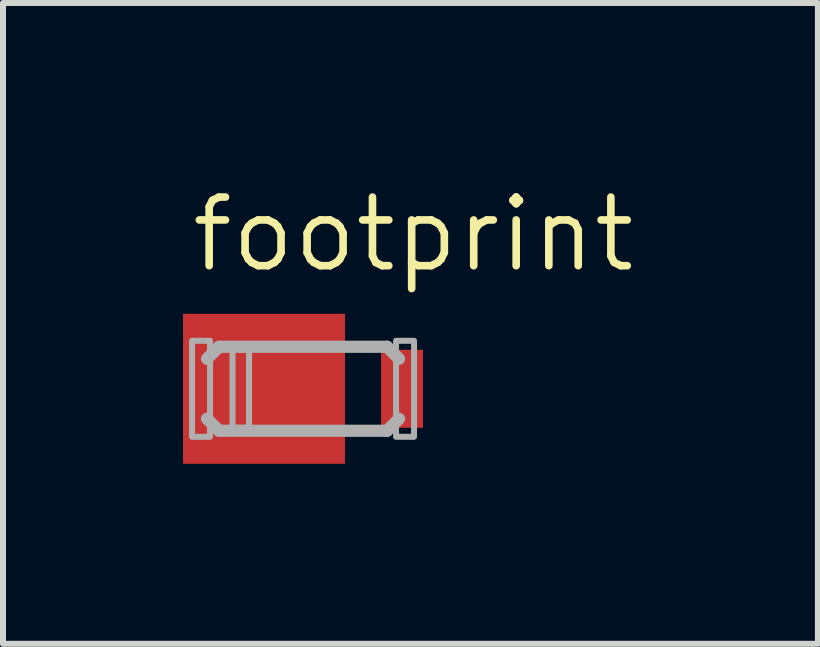
<source format=kicad_pcb>
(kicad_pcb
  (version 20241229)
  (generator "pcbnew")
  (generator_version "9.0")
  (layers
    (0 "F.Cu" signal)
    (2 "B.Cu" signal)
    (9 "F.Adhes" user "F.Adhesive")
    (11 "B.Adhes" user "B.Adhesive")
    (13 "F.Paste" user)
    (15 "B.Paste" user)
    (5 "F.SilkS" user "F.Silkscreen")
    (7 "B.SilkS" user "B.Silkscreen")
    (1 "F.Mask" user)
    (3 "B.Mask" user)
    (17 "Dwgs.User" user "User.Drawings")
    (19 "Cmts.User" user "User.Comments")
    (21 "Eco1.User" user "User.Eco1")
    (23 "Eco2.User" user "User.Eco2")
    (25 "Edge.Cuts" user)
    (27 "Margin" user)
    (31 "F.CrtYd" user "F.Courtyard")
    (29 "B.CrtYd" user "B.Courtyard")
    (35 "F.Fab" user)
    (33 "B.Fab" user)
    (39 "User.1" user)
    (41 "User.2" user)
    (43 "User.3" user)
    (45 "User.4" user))
  (footprint "footprint"
    (layer "F.Cu")
    (at 1.985 3.429)
    (property "Reference" "footprint" (at -1.905 -1.905 0) (layer "F.SilkS") (effects (font (size 1.143 1.143) (thickness 0.127)) (justify left bottom)))
    (fp_line (start -1.385 -0.7) (end -1.585 -0.5) (stroke (width 0.203) (type solid)) (layer "F.Fab"))
    (fp_line (start -1.385 -0.7) (end 1.415 -0.7) (stroke (width 0.203) (type solid)) (layer "F.Fab"))
    (fp_line (start -1.385 0.7) (end -1.585 0.5) (stroke (width 0.203) (type solid)) (layer "F.Fab"))
    (fp_line (start 1.415 -0.7) (end 1.615 -0.5) (stroke (width 0.203) (type solid)) (layer "F.Fab"))
    (fp_line (start 1.415 0.7) (end -1.385 0.7) (stroke (width 0.203) (type solid)) (layer "F.Fab"))
    (fp_line (start 1.415 0.7) (end 1.615 0.5) (stroke (width 0.203) (type solid)) (layer "F.Fab"))
    (fp_poly (pts (xy -1.835 0.8) (xy -1.535 0.8) (xy -1.535 -0.8) (xy -1.835 -0.8)) (stroke (width 0.1) (type solid)) (fill no) (layer "F.Fab"))
    (fp_poly (pts (xy -1.16 0.65) (xy -0.885 0.65) (xy -0.885 -0.65) (xy -1.16 -0.65)) (stroke (width 0.1) (type solid)) (fill no) (layer "F.Fab"))
    (fp_poly (pts (xy 1.565 0.8) (xy 1.865 0.8) (xy 1.865 -0.8) (xy 1.565 -0.8)) (stroke (width 0.1) (type solid)) (fill no) (layer "F.Fab"))
    (pad "1" smd rect (at -0.635 0) (size 2.7 2.5) (layers "F.Cu" "F.Mask" "F.Paste"))
    (pad "2" smd rect (at 1.665 0) (size 0.7 1.3) (layers "F.Cu" "F.Mask" "F.Paste")))
  (gr_rect
    (start -3 -3)
    (end 10.58 7.679)
    (stroke (width 0.1) (type default))
    (fill no)
    (layer "Edge.Cuts")))
</source>
